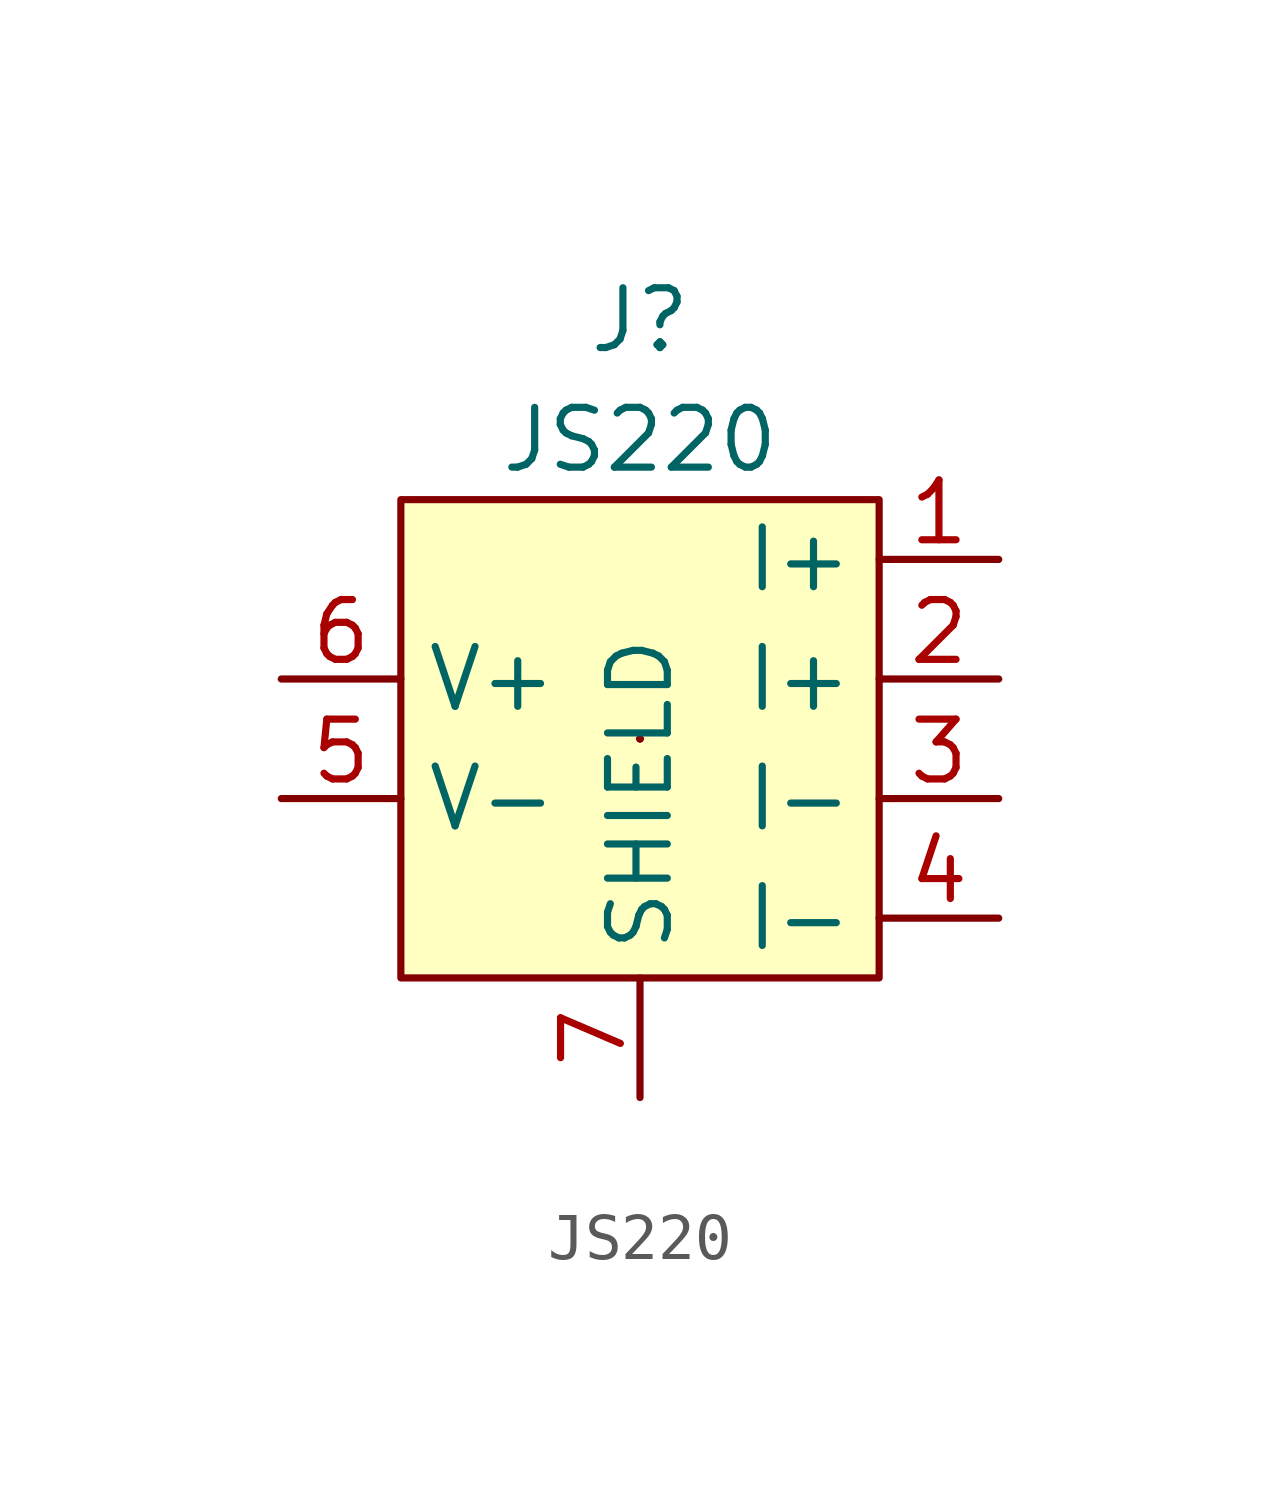
<source format=kicad_sym>
(kicad_symbol_lib
  (version 20211014)
  (generator kicad_symbol_editor)
  (symbol "JS220"
    (property "Reference" "J"
      (at 0 8.89 0)
      (effects (font (size 1.27 1.27))))
    (property "Value" "JS220"
      (at 0 6.35 0)
      (effects (font (size 1.27 1.27))))
    (symbol "JS220_0_1"
      (rectangle (start -5.08 5.08) (end 5.08 -5.08) (stroke (width 0) (type default) (color 0 0 0 0)) (fill (type background)))
      (rectangle (start 0 0) (end 0 0) (stroke (width 0) (type default) (color 0 0 0 0)) (fill (type none)))
      (rectangle (start 0 0) (end 0 0) (stroke (width 0) (type default) (color 0 0 0 0)) (fill (type none)))
      (rectangle (start 0 0) (end 0 0) (stroke (width 0) (type default) (color 0 0 0 0)) (fill (type none)))
      (rectangle (start 0 0) (end 0 0) (stroke (width 0) (type default) (color 0 0 0 0)) (fill (type none)))
      (rectangle (start 0 0) (end 0 0) (stroke (width 0) (type default) (color 0 0 0 0)) (fill (type none)))
      (rectangle (start 0 0) (end 0 0) (stroke (width 0) (type default) (color 0 0 0 0)) (fill (type none))))
    (symbol "JS220_1_1"
      (pin bidirectional line (at 7.62 3.81 180) (length 2.54) (name "I+" (effects (font (size 1.27 1.27)))) (number "1" (effects (font (size 1.27 1.27)))))
      (pin bidirectional line (at 7.62 1.27 180) (length 2.54) (name "I+" (effects (font (size 1.27 1.27)))) (number "2" (effects (font (size 1.27 1.27)))))
      (pin bidirectional line (at 7.62 -1.27 180) (length 2.54) (name "I-" (effects (font (size 1.27 1.27)))) (number "3" (effects (font (size 1.27 1.27)))))
      (pin bidirectional line (at 7.62 -3.81 180) (length 2.54) (name "I-" (effects (font (size 1.27 1.27)))) (number "4" (effects (font (size 1.27 1.27)))))
      (pin bidirectional line (at -7.62 -1.27 0) (length 2.54) (name "V-" (effects (font (size 1.27 1.27)))) (number "5" (effects (font (size 1.27 1.27)))))
      (pin bidirectional line (at -7.62 1.27 0) (length 2.54) (name "V+" (effects (font (size 1.27 1.27)))) (number "6" (effects (font (size 1.27 1.27)))))
      (pin input line (at 0 -7.62 90) (length 2.54) (name "SHIELD" (effects (font (size 1.27 1.27)))) (number "7" (effects (font (size 1.27 1.27))))))))
</source>
